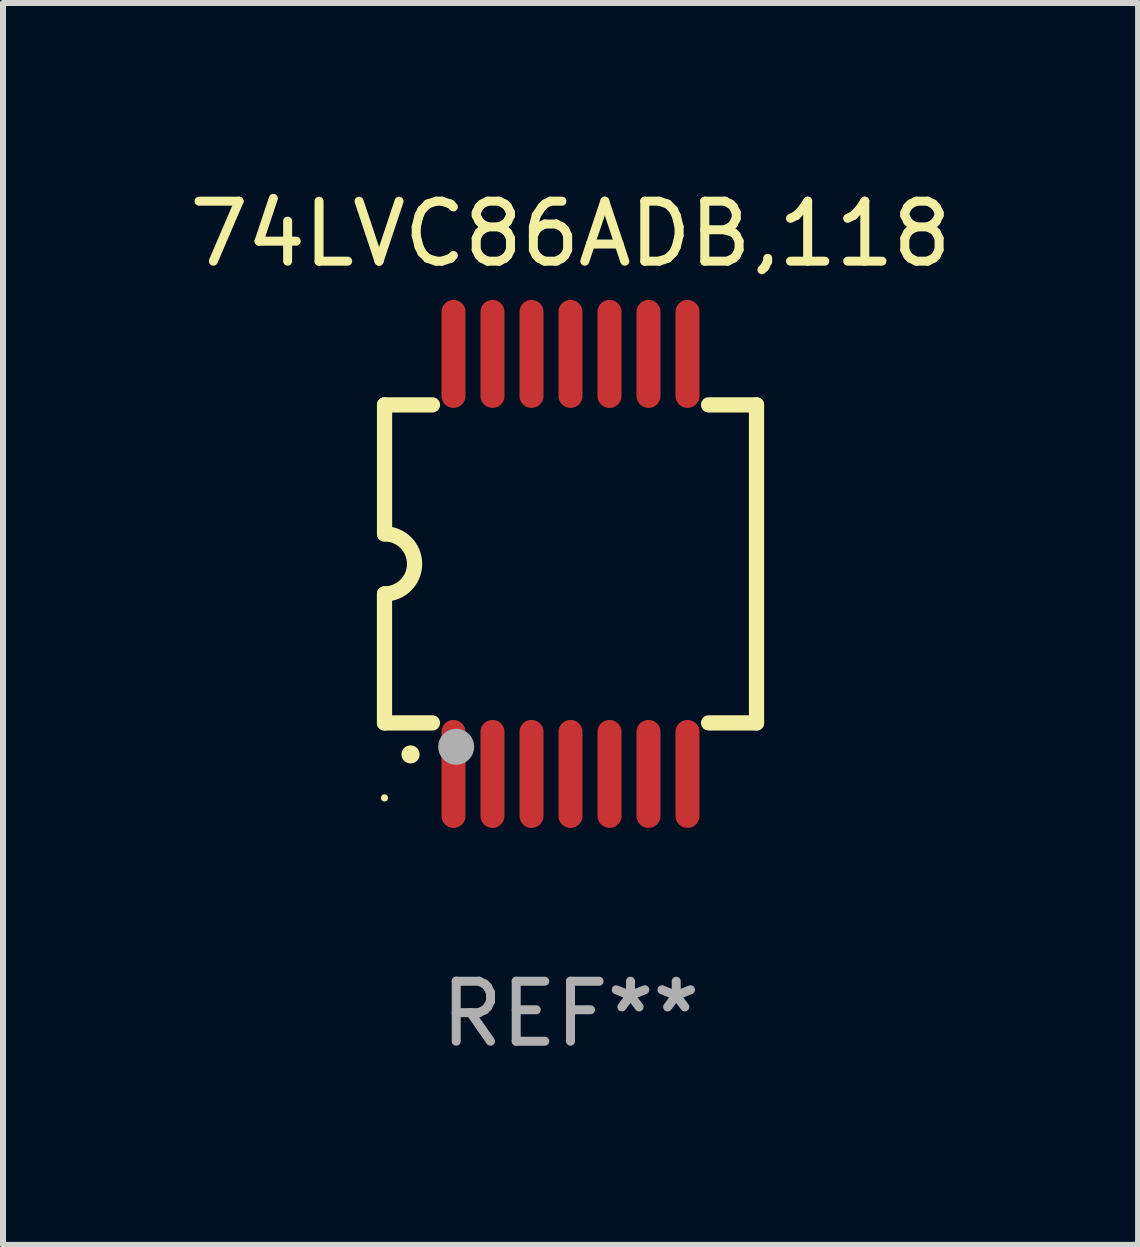
<source format=kicad_pcb>
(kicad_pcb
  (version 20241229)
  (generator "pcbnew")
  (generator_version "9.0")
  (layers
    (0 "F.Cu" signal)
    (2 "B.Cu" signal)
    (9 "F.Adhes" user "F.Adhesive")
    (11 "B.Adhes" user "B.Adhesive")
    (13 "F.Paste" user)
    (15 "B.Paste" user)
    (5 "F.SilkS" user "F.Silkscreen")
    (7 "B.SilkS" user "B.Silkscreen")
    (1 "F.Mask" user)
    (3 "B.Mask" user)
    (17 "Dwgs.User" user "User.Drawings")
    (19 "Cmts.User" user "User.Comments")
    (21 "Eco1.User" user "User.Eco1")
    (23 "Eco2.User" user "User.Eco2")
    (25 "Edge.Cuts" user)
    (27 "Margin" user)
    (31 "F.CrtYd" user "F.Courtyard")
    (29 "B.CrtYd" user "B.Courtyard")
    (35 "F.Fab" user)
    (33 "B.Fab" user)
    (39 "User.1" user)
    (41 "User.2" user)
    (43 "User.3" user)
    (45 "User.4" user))
  (footprint "74LVC86ADB,118"
    (layer "F.Cu")
    (at 6.458 6.348)
    (property "Reference" "74LVC86ADB,118" (at 0 -5.5 0) (layer "F.SilkS") (effects (font (size 1 1) (thickness 0.15))))
    (attr through_hole)
    (fp_line (start -3.1 2.65) (end -3.1 0.5) (stroke (width 0.254) (type solid)) (layer "F.SilkS"))
    (fp_line (start -3.099 -2.65) (end -2.301 -2.65) (stroke (width 0.254) (type solid)) (layer "F.SilkS"))
    (fp_line (start -3.099 -0.5) (end -3.099 -2.65) (stroke (width 0.254) (type solid)) (layer "F.SilkS"))
    (fp_line (start -2.301 2.65) (end -3.1 2.65) (stroke (width 0.254) (type solid)) (layer "F.SilkS"))
    (fp_line (start 2.301 -2.65) (end 3.1 -2.65) (stroke (width 0.254) (type solid)) (layer "F.SilkS"))
    (fp_line (start 3.1 -2.65) (end 3.1 2.65) (stroke (width 0.254) (type solid)) (layer "F.SilkS"))
    (fp_line (start 3.1 2.65) (end 2.301 2.65) (stroke (width 0.254) (type solid)) (layer "F.SilkS"))
    (fp_arc (start -3.098806 -0.500381) (mid -2.598806 0) (end -3.098806 0.500381) (stroke (width 0.254001) (type solid)) (layer "F.SilkS"))
    (fp_arc (start -2.667005 3.175006) (mid -2.665735 3.175001) (end -2.664465 3.175006) (stroke (width 0.3) (type solid)) (layer "F.SilkS"))
    (fp_circle (center -3.1 3.9) (end -3.07 3.9) (stroke (width 0.06) (type solid)) (fill no) (layer "F.SilkS"))
    (fp_circle (center -1.905 3.048) (end -1.755 3.048) (stroke (width 0.3) (type solid)) (fill no) (layer "F.Fab"))
    (fp_text user "REF**" (at 0 7.5 0) (layer "F.Fab") (effects (font (size 1 1) (thickness 0.15))))
    (pad "1" smd oval (at -1.95 3.5 270) (size 1.8 0.4) (layers "F.Cu" "F.Mask" "F.Paste"))
    (pad "2" smd oval (at -1.3 3.5 270) (size 1.8 0.4) (layers "F.Cu" "F.Mask" "F.Paste"))
    (pad "3" smd oval (at -0.65 3.5 270) (size 1.8 0.4) (layers "F.Cu" "F.Mask" "F.Paste"))
    (pad "4" smd oval (at 0 3.5 270) (size 1.8 0.4) (layers "F.Cu" "F.Mask" "F.Paste"))
    (pad "5" smd oval (at 0.65 3.5 270) (size 1.8 0.4) (layers "F.Cu" "F.Mask" "F.Paste"))
    (pad "6" smd oval (at 1.3 3.5 270) (size 1.8 0.4) (layers "F.Cu" "F.Mask" "F.Paste"))
    (pad "7" smd oval (at 1.95 3.5 270) (size 1.8 0.4) (layers "F.Cu" "F.Mask" "F.Paste"))
    (pad "8" smd oval (at 1.95 -3.5 90) (size 1.8 0.4) (layers "F.Cu" "F.Mask" "F.Paste"))
    (pad "9" smd oval (at 1.3 -3.5 90) (size 1.8 0.4) (layers "F.Cu" "F.Mask" "F.Paste"))
    (pad "10" smd oval (at 0.65 -3.5 90) (size 1.8 0.4) (layers "F.Cu" "F.Mask" "F.Paste"))
    (pad "11" smd oval (at 0 -3.5 90) (size 1.8 0.4) (layers "F.Cu" "F.Mask" "F.Paste"))
    (pad "12" smd oval (at -0.65 -3.5 90) (size 1.8 0.4) (layers "F.Cu" "F.Mask" "F.Paste"))
    (pad "13" smd oval (at -1.3 -3.5 90) (size 1.8 0.4) (layers "F.Cu" "F.Mask" "F.Paste"))
    (pad "14" smd oval (at -1.95 -3.5 90) (size 1.8 0.4) (layers "F.Cu" "F.Mask" "F.Paste")))
  (gr_rect
    (start -3 -3)
    (end 15.917 17.697)
    (stroke (width 0.1) (type default))
    (fill no)
    (layer "Edge.Cuts")))
</source>
